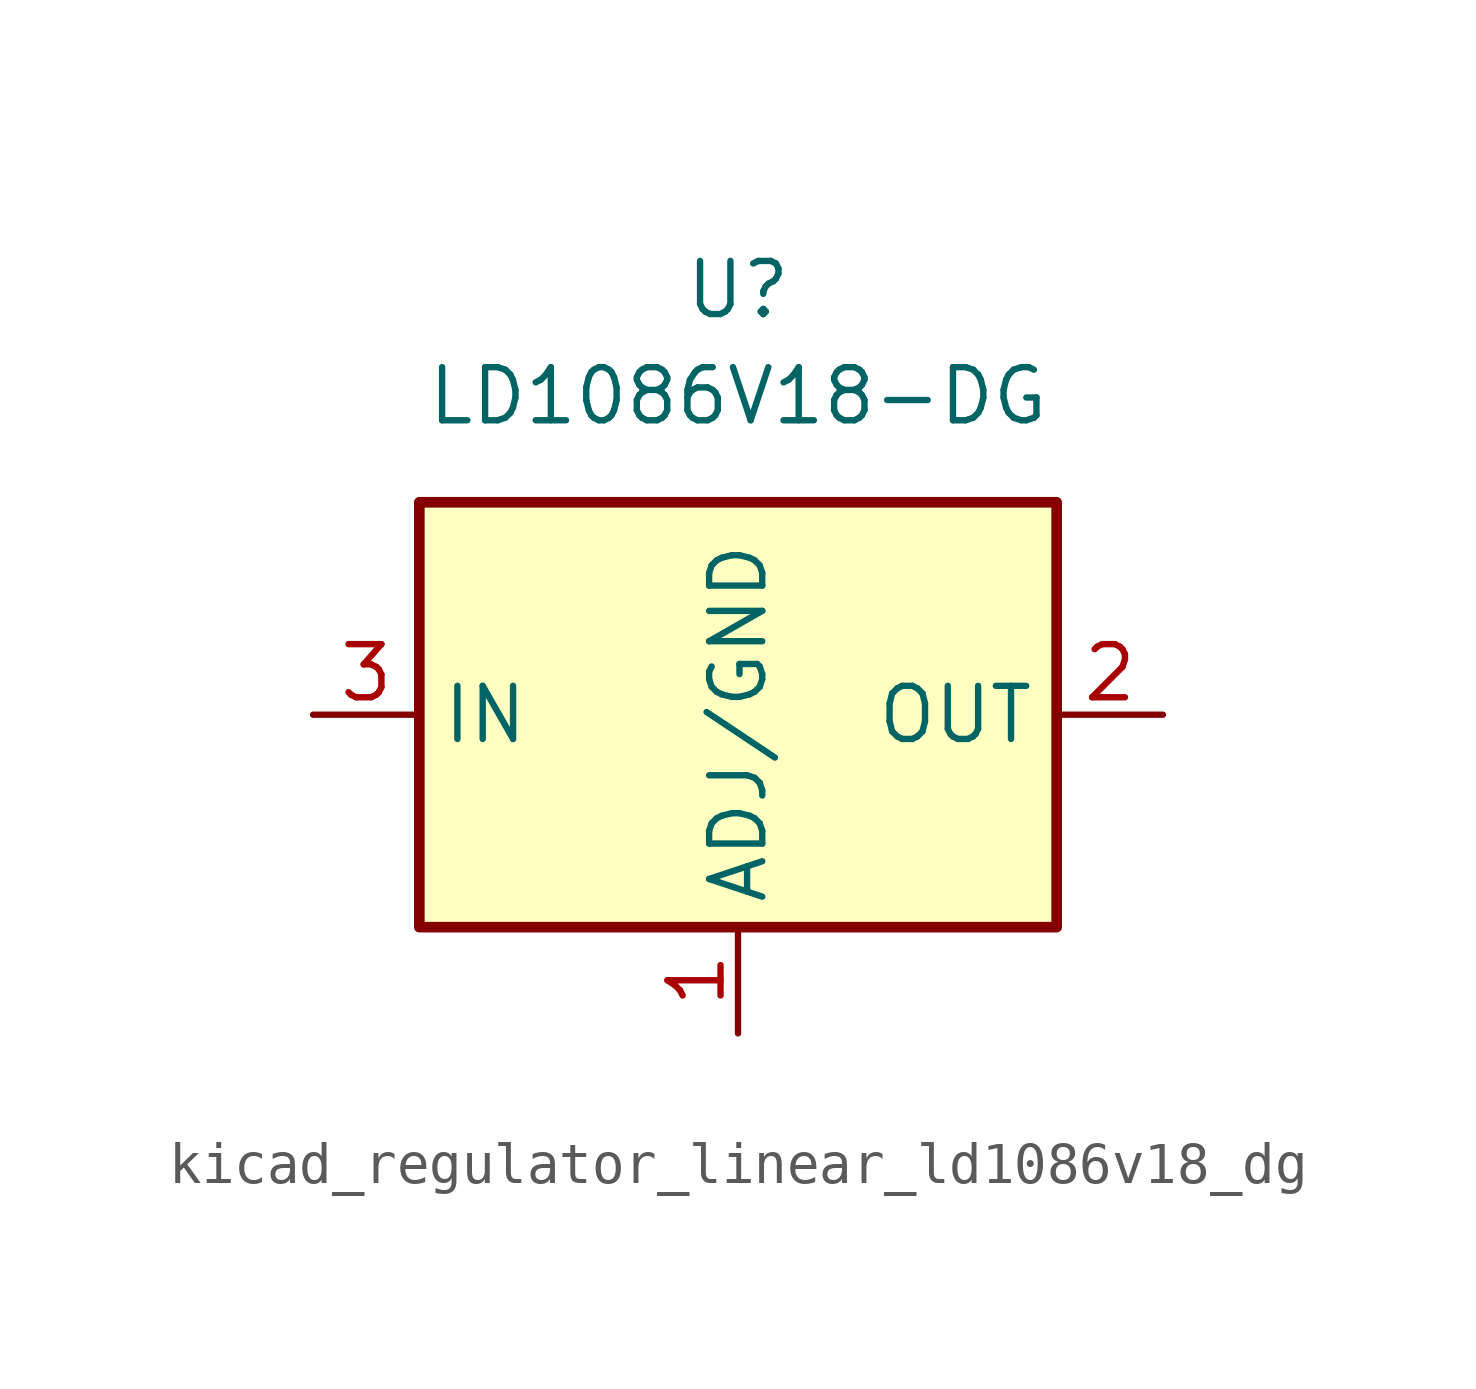
<source format=kicad_sym>
(kicad_symbol_lib
  (version 20220914)
  (generator kicad_symbol_editor)
  (symbol "kicad_regulator_linear_ld1086v18_dg"
    (property "Reference" "U"
      (at 0 10.16 0)
      (effects (font (size 1.27 1.27))))
    (property "Value" "LD1086V18-DG"
      (at 0 7.62 0)
      (effects (font (size 1.27 1.27))))
    (symbol "kicad_regulator_linear_ld1086v18_dg_1_1"
      (rectangle (start -7.62 -5.08) (end 7.62 5.08) (stroke (width 0.254) (type default)) (fill (type background)))
      (pin input line (at 0 -7.62 90) (length 2.54) (name "ADJ/GND" (effects (font (size 1.27 1.27)))) (number "1" (effects (font (size 1.27 1.27)))))
      (pin power_out line (at 10.16 0 180) (length 2.54) (name "OUT" (effects (font (size 1.27 1.27)))) (number "2" (effects (font (size 1.27 1.27)))))
      (pin power_in line (at -10.16 0 0) (length 2.54) (name "IN" (effects (font (size 1.27 1.27)))) (number "3" (effects (font (size 1.27 1.27))))))))
</source>
